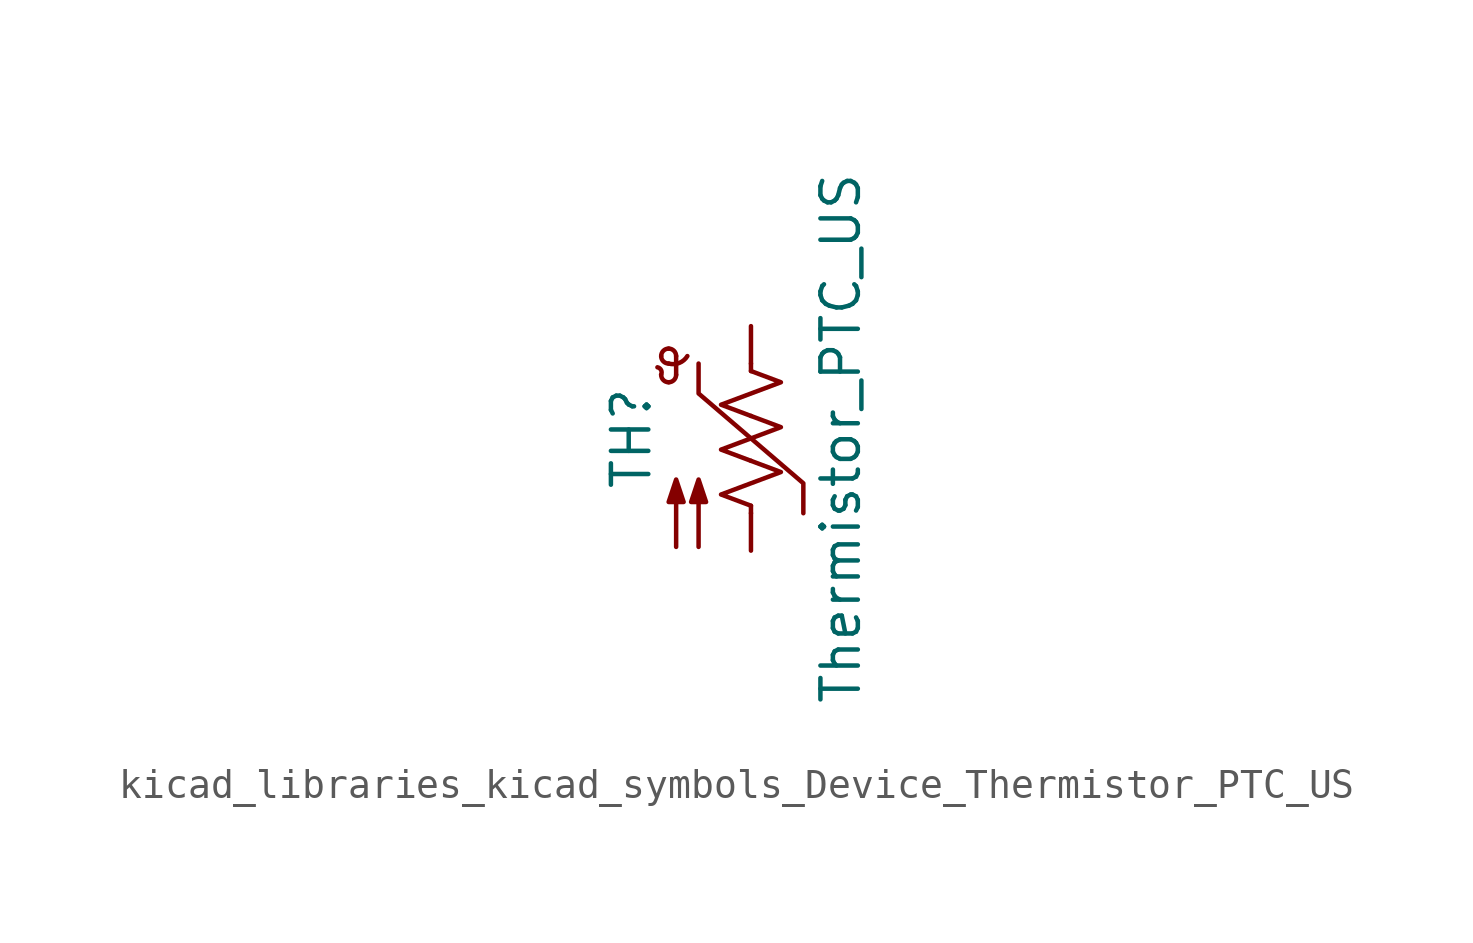
<source format=kicad_sym>
(kicad_symbol_lib
  (version 20220914)
  (generator kicad_symbol_editor)
  (symbol "kicad_libraries_kicad_symbols_Device_Thermistor_PTC_US"
    (pin_numbers hide)
    (pin_names
      (offset 0))
    (property "Reference" "TH"
      (at -4.064 0 90)
      (effects (font (size 1.27 1.27))))
    (property "Value" "Thermistor_PTC_US"
      (at 3.048 0 90)
      (effects (font (size 1.27 1.27))))
    (symbol "kicad_libraries_kicad_symbols_Device_Thermistor_PTC_US_0_1"
      (arc (start -3.048 2.159) (mid -3.0495 2.3143) (end -3.175 2.413) (stroke (width 0) (type default)) (fill (type none)))
      (arc (start -3.048 2.159) (mid -2.9736 1.9794) (end -2.794 1.905) (stroke (width 0) (type default)) (fill (type none)))
      (arc (start -3.048 2.794) (mid -2.9736 2.6144) (end -2.794 2.54) (stroke (width 0) (type default)) (fill (type none)))
      (arc (start -2.794 1.905) (mid -2.6144 1.9794) (end -2.54 2.159) (stroke (width 0) (type default)) (fill (type none)))
      (arc (start -2.794 2.54) (mid -2.4393 2.5587) (end -2.159 2.794) (stroke (width 0) (type default)) (fill (type none)))
      (arc (start -2.794 3.048) (mid -2.9736 2.9736) (end -3.048 2.794) (stroke (width 0) (type default)) (fill (type none)))
      (arc (start -2.54 2.794) (mid -2.6144 2.9736) (end -2.794 3.048) (stroke (width 0) (type default)) (fill (type none)))
      (polyline (pts (xy -2.54 2.159) (xy -2.54 2.794)) (stroke (width 0) (type default)) (fill (type none)))
      (polyline (pts (xy 0 -2.286) (xy 0 -2.54)) (stroke (width 0) (type default)) (fill (type none)))
      (polyline (pts (xy 0 2.286) (xy 0 2.54)) (stroke (width 0) (type default)) (fill (type none)))
      (polyline (pts (xy -1.778 2.54) (xy -1.778 1.524) (xy 1.778 -1.524) (xy 1.778 -2.54)) (stroke (width 0) (type default)) (fill (type none)))
      (polyline (pts (xy 0 -0.762) (xy 1.016 -1.143) (xy 0 -1.524) (xy -1.016 -1.905) (xy 0 -2.286)) (stroke (width 0) (type default)) (fill (type none)))
      (polyline (pts (xy 0 0.762) (xy 1.016 0.381) (xy 0 0) (xy -1.016 -0.381) (xy 0 -0.762)) (stroke (width 0) (type default)) (fill (type none)))
      (polyline (pts (xy 0 2.286) (xy 1.016 1.905) (xy 0 1.524) (xy -1.016 1.143) (xy 0 0.762)) (stroke (width 0) (type default)) (fill (type none)))
      (polyline (pts (xy -2.54 -3.683) (xy -2.54 -1.397) (xy -2.794 -2.159) (xy -2.286 -2.159) (xy -2.54 -1.397) (xy -2.54 -1.651)) (stroke (width 0) (type default)) (fill (type outline)))
      (polyline (pts (xy -1.778 -3.683) (xy -1.778 -1.397) (xy -2.032 -2.159) (xy -1.524 -2.159) (xy -1.778 -1.397) (xy -1.778 -1.651)) (stroke (width 0) (type default)) (fill (type outline))))
    (symbol "kicad_libraries_kicad_symbols_Device_Thermistor_PTC_US_1_1"
      (pin passive line (at 0 3.81 270) (length 1.27) (name "~" (effects (font (size 1.27 1.27)))) (number "1" (effects (font (size 1.27 1.27)))))
      (pin passive line (at 0 -3.81 90) (length 1.27) (name "~" (effects (font (size 1.27 1.27)))) (number "2" (effects (font (size 1.27 1.27))))))))
</source>
